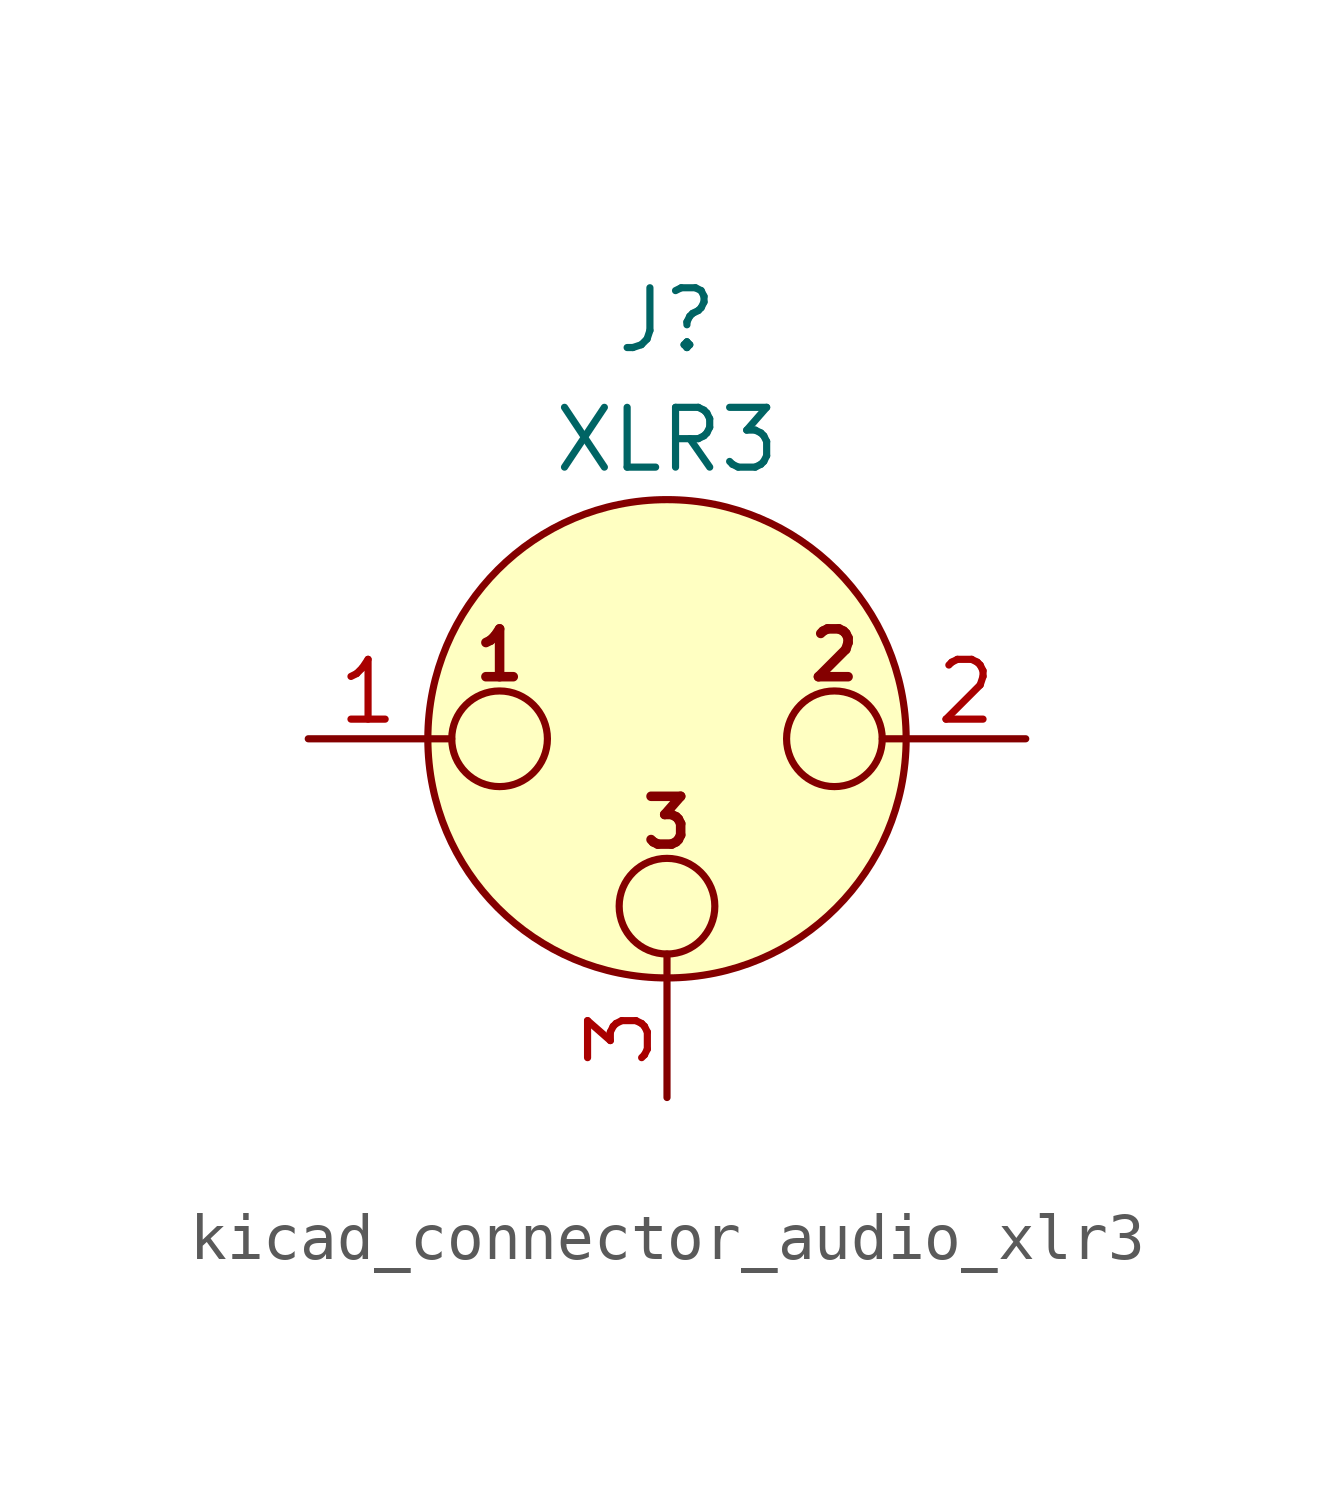
<source format=kicad_sym>
(kicad_symbol_lib
  (version 20220914)
  (generator kicad_symbol_editor)
  (symbol "kicad_connector_audio_xlr3"
    (pin_names hide)
    (property "Reference" "J"
      (at 0 8.89 0)
      (effects (font (size 1.27 1.27))))
    (property "Value" "XLR3"
      (at 0 6.35 0)
      (effects (font (size 1.27 1.27))))
    (symbol "kicad_connector_audio_xlr3_0_1"
      (circle (center -3.556 0) (radius 1.016) (stroke (width 0) (type default)) (fill (type none)))
      (circle (center 0 -3.556) (radius 1.016) (stroke (width 0) (type default)) (fill (type none)))
      (polyline (pts (xy -5.08 0) (xy -4.572 0)) (stroke (width 0) (type default)) (fill (type none)))
      (polyline (pts (xy 0 -5.08) (xy 0 -4.572)) (stroke (width 0) (type default)) (fill (type none)))
      (polyline (pts (xy 5.08 0) (xy 4.572 0)) (stroke (width 0) (type default)) (fill (type none)))
      (circle (center 0 0) (radius 5.08) (stroke (width 0) (type default)) (fill (type background)))
      (circle (center 3.556 0) (radius 1.016) (stroke (width 0) (type default)) (fill (type none)))
      (text "1" (at -3.556 1.778 0) (effects (font (size 1.016 1.016) bold)))
      (text "2" (at 3.556 1.778 0) (effects (font (size 1.016 1.016) bold)))
      (text "3" (at 0 -1.778 0) (effects (font (size 1.016 1.016) bold)))
      (pin passive line (at -7.62 0 0) (length 2.54) (name "~" (effects (font (size 1.27 1.27)))) (number "1" (effects (font (size 1.27 1.27)))))
      (pin passive line (at 7.62 0 180) (length 2.54) (name "~" (effects (font (size 1.27 1.27)))) (number "2" (effects (font (size 1.27 1.27)))))
      (pin passive line (at 0 -7.62 90) (length 2.54) (name "~" (effects (font (size 1.27 1.27)))) (number "3" (effects (font (size 1.27 1.27))))))))
</source>
